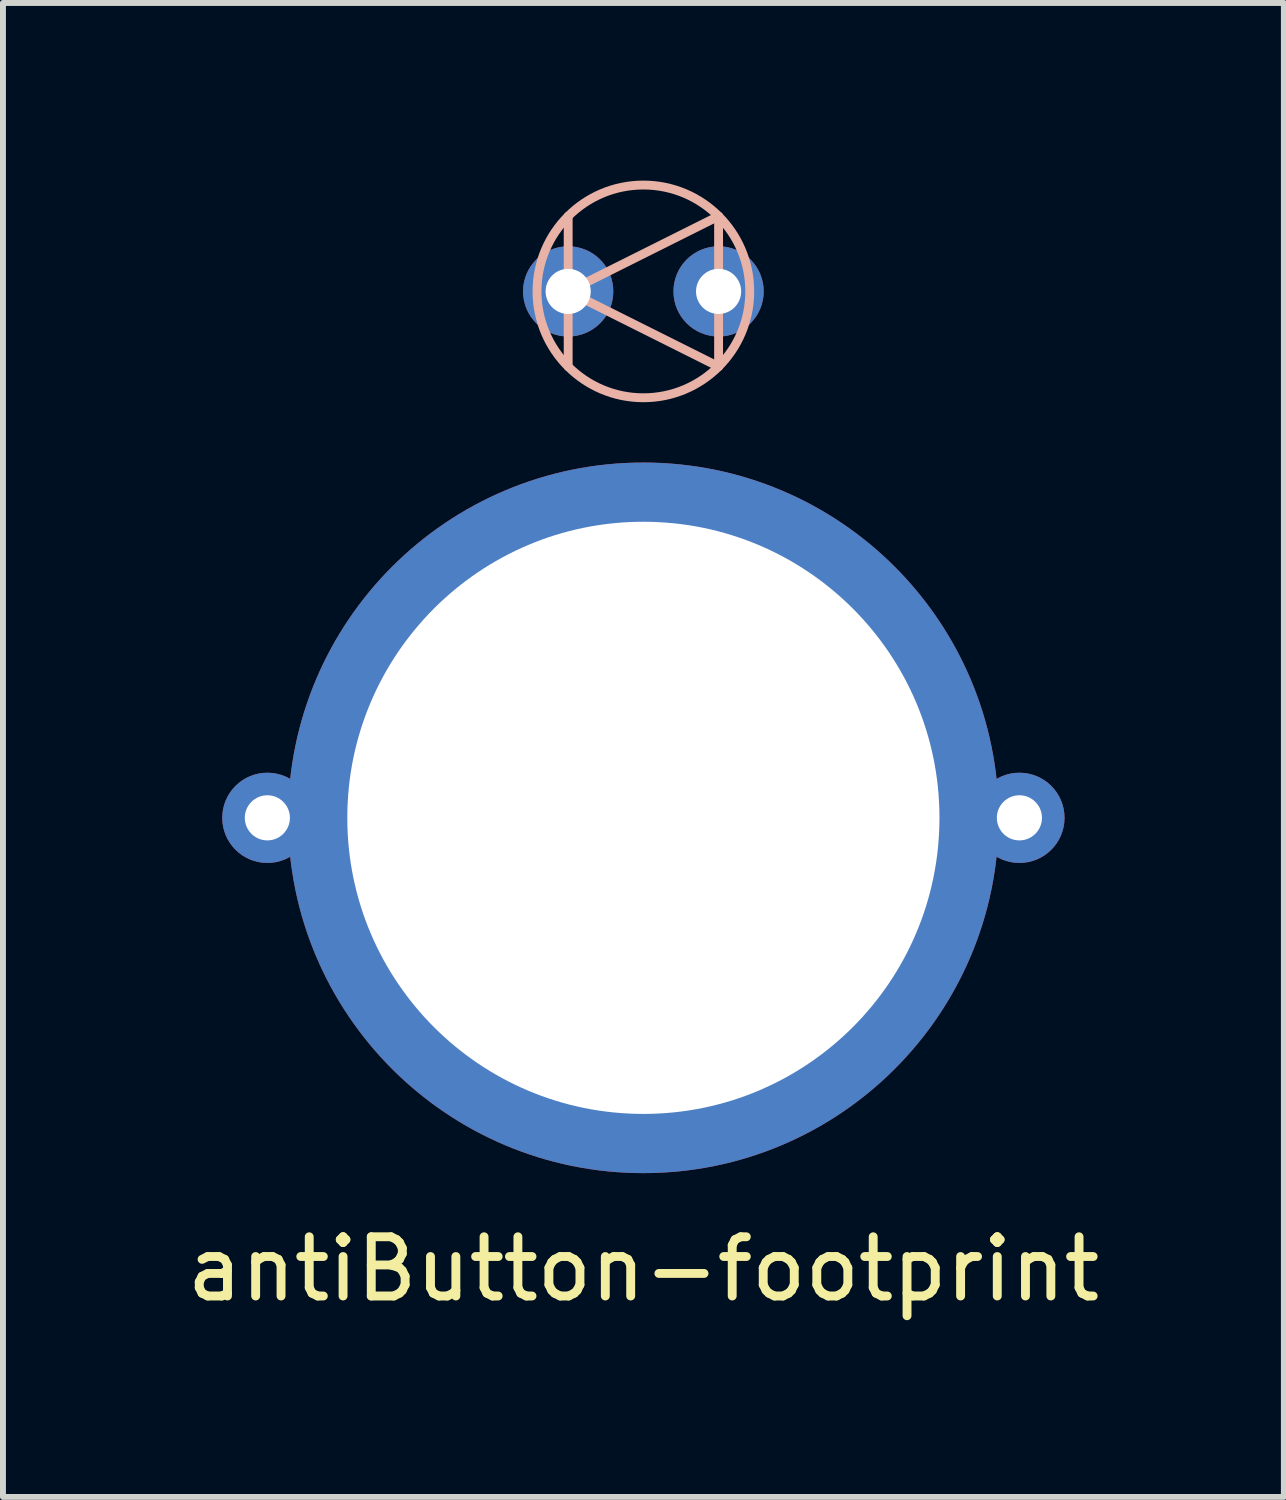
<source format=kicad_pcb>
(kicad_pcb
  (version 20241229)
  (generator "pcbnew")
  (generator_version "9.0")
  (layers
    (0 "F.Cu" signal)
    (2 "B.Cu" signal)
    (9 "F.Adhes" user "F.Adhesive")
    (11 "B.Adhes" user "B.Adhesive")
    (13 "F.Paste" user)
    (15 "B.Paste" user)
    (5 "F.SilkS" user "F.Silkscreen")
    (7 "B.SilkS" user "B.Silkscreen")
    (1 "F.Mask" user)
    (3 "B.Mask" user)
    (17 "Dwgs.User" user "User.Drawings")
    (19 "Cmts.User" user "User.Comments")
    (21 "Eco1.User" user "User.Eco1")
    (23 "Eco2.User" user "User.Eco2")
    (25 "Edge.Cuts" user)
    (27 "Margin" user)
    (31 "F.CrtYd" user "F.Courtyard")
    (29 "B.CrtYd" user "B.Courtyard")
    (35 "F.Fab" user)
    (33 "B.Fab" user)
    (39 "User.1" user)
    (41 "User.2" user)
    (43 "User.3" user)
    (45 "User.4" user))
  (footprint "antiButton-footprint"
    (layer "F.Cu")
    (at 7.815 10.761)
    (property "Reference" "antiButton-footprint" (at 0 7.62 0) (layer "F.SilkS") (effects (font (size 1 1) (thickness 0.15))))
    (attr through_hole)
    (fp_line (start -1.27 -8.89) (end 1.27 -10.16) (stroke (width 0.15) (type solid)) (layer "B.SilkS"))
    (fp_line (start -1.27 -7.62) (end -1.27 -10.16) (stroke (width 0.15) (type solid)) (layer "B.SilkS"))
    (fp_line (start 1.27 -10.16) (end 1.27 -7.62) (stroke (width 0.15) (type solid)) (layer "B.SilkS"))
    (fp_line (start 1.27 -7.62) (end -1.27 -8.89) (stroke (width 0.15) (type solid)) (layer "B.SilkS"))
    (fp_circle (center 0 -8.89) (end 1.27 -7.62) (stroke (width 0.15) (type solid)) (fill no) (layer "B.SilkS"))
    (pad "1" thru_hole circle (at 1.27 -8.89) (size 1.524 1.524) (drill 0.762) (layers "*.Cu" "*.Mask"))
    (pad "2" thru_hole circle (at 6.35 0) (size 1.524 1.524) (drill 0.762) (layers "*.Cu" "*.Mask"))
    (pad "3" thru_hole circle (at -1.27 -8.89) (size 1.524 1.524) (drill 0.762) (layers "*.Cu" "*.Mask"))
    (pad "4" thru_hole circle (at -6.35 0) (size 1.524 1.524) (drill 0.762) (layers "*.Cu" "*.Mask"))
    (pad "X" thru_hole circle (at 0 0) (size 12 12) (drill 10) (layers "*.Cu" "*.Mask")))
  (gr_rect
    (start -3 -3)
    (end 18.631 22.229)
    (stroke (width 0.1) (type default))
    (fill no)
    (layer "Edge.Cuts")))
</source>
